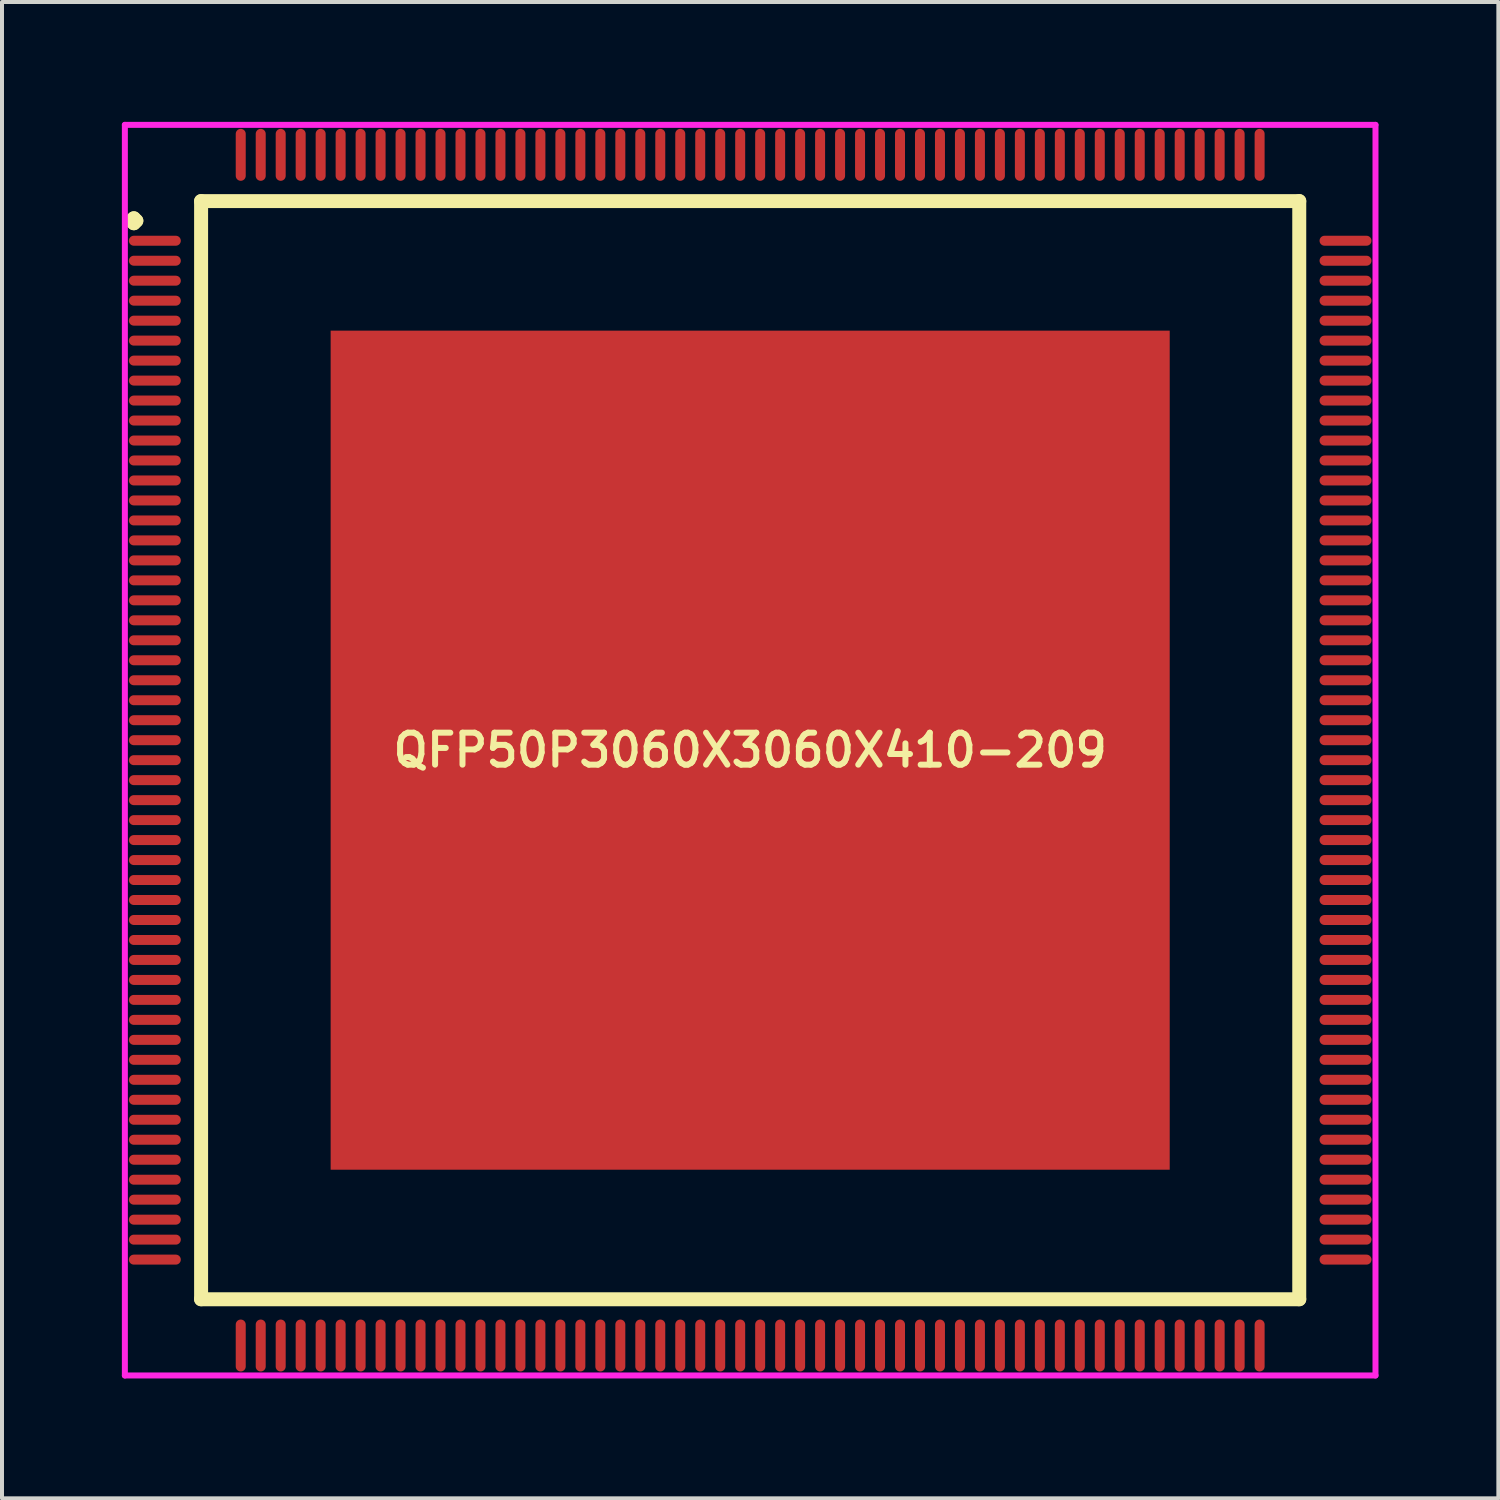
<source format=kicad_pcb>
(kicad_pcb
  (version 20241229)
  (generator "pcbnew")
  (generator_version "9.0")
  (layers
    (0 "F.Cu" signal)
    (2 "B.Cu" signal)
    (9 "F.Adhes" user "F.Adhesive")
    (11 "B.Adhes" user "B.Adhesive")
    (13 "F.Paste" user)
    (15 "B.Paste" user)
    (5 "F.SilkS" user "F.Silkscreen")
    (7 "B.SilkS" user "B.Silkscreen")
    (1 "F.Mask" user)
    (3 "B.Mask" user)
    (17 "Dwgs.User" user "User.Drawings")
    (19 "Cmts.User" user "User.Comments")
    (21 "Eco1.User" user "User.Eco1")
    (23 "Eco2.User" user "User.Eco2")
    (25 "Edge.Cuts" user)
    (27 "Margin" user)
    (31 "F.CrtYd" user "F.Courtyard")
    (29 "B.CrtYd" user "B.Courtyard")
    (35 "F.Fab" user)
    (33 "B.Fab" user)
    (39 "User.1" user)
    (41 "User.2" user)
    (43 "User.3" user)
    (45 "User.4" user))
  (footprint "QFP50P3060X3060X410-209"
    (layer "F.Cu")
    (at 15.725 15.725)
    (property "Reference" "QFP50P3060X3060X410-209" (at 0 0 0) (layer "F.SilkS") (effects (font (size 0.8 0.8) (thickness 0.15))))
    (attr through_hole)
    (fp_line (start -15.488 -13.25) (end -15.425 -13.312) (stroke (width 0.35) (type solid)) (layer "F.SilkS"))
    (fp_line (start -15.425 -13.312) (end -15.363 -13.25) (stroke (width 0.35) (type solid)) (layer "F.SilkS"))
    (fp_line (start -15.425 -13.188) (end -15.488 -13.25) (stroke (width 0.35) (type solid)) (layer "F.SilkS"))
    (fp_line (start -15.363 -13.25) (end -15.425 -13.188) (stroke (width 0.35) (type solid)) (layer "F.SilkS"))
    (fp_line (start -13.742 -13.742) (end -13.742 13.742) (stroke (width 0.35) (type solid)) (layer "F.SilkS"))
    (fp_line (start -13.742 13.742) (end 13.742 13.742) (stroke (width 0.35) (type solid)) (layer "F.SilkS"))
    (fp_line (start 13.742 -13.742) (end -13.742 -13.742) (stroke (width 0.35) (type solid)) (layer "F.SilkS"))
    (fp_line (start 13.742 13.742) (end 13.742 -13.742) (stroke (width 0.35) (type solid)) (layer "F.SilkS"))
    (fp_line (start -15.65 -15.65) (end 15.65 -15.65) (stroke (width 0.15) (type solid)) (layer "F.CrtYd"))
    (fp_line (start -15.65 15.65) (end -15.65 -15.65) (stroke (width 0.15) (type solid)) (layer "F.CrtYd"))
    (fp_line (start 15.65 -15.65) (end 15.65 15.65) (stroke (width 0.15) (type solid)) (layer "F.CrtYd"))
    (fp_line (start 15.65 15.65) (end -15.65 15.65) (stroke (width 0.15) (type solid)) (layer "F.CrtYd"))
    (pad "1" smd oval (at -14.9 -12.75) (size 1.3 0.25) (layers "F.Cu" "F.Mask" "F.Paste"))
    (pad "2" smd oval (at -14.9 -12.25) (size 1.3 0.25) (layers "F.Cu" "F.Mask" "F.Paste"))
    (pad "3" smd oval (at -14.9 -11.75) (size 1.3 0.25) (layers "F.Cu" "F.Mask" "F.Paste"))
    (pad "4" smd oval (at -14.9 -11.25) (size 1.3 0.25) (layers "F.Cu" "F.Mask" "F.Paste"))
    (pad "5" smd oval (at -14.9 -10.75) (size 1.3 0.25) (layers "F.Cu" "F.Mask" "F.Paste"))
    (pad "6" smd oval (at -14.9 -10.25) (size 1.3 0.25) (layers "F.Cu" "F.Mask" "F.Paste"))
    (pad "7" smd oval (at -14.9 -9.75) (size 1.3 0.25) (layers "F.Cu" "F.Mask" "F.Paste"))
    (pad "8" smd oval (at -14.9 -9.25) (size 1.3 0.25) (layers "F.Cu" "F.Mask" "F.Paste"))
    (pad "9" smd oval (at -14.9 -8.75) (size 1.3 0.25) (layers "F.Cu" "F.Mask" "F.Paste"))
    (pad "10" smd oval (at -14.9 -8.25) (size 1.3 0.25) (layers "F.Cu" "F.Mask" "F.Paste"))
    (pad "11" smd oval (at -14.9 -7.75) (size 1.3 0.25) (layers "F.Cu" "F.Mask" "F.Paste"))
    (pad "12" smd oval (at -14.9 -7.25) (size 1.3 0.25) (layers "F.Cu" "F.Mask" "F.Paste"))
    (pad "13" smd oval (at -14.9 -6.75) (size 1.3 0.25) (layers "F.Cu" "F.Mask" "F.Paste"))
    (pad "14" smd oval (at -14.9 -6.25) (size 1.3 0.25) (layers "F.Cu" "F.Mask" "F.Paste"))
    (pad "15" smd oval (at -14.9 -5.75) (size 1.3 0.25) (layers "F.Cu" "F.Mask" "F.Paste"))
    (pad "16" smd oval (at -14.9 -5.25) (size 1.3 0.25) (layers "F.Cu" "F.Mask" "F.Paste"))
    (pad "17" smd oval (at -14.9 -4.75) (size 1.3 0.25) (layers "F.Cu" "F.Mask" "F.Paste"))
    (pad "18" smd oval (at -14.9 -4.25) (size 1.3 0.25) (layers "F.Cu" "F.Mask" "F.Paste"))
    (pad "19" smd oval (at -14.9 -3.75) (size 1.3 0.25) (layers "F.Cu" "F.Mask" "F.Paste"))
    (pad "20" smd oval (at -14.9 -3.25) (size 1.3 0.25) (layers "F.Cu" "F.Mask" "F.Paste"))
    (pad "21" smd oval (at -14.9 -2.75) (size 1.3 0.25) (layers "F.Cu" "F.Mask" "F.Paste"))
    (pad "22" smd oval (at -14.9 -2.25) (size 1.3 0.25) (layers "F.Cu" "F.Mask" "F.Paste"))
    (pad "23" smd oval (at -14.9 -1.75) (size 1.3 0.25) (layers "F.Cu" "F.Mask" "F.Paste"))
    (pad "24" smd oval (at -14.9 -1.25) (size 1.3 0.25) (layers "F.Cu" "F.Mask" "F.Paste"))
    (pad "25" smd oval (at -14.9 -0.75) (size 1.3 0.25) (layers "F.Cu" "F.Mask" "F.Paste"))
    (pad "26" smd oval (at -14.9 -0.25) (size 1.3 0.25) (layers "F.Cu" "F.Mask" "F.Paste"))
    (pad "27" smd oval (at -14.9 0.25) (size 1.3 0.25) (layers "F.Cu" "F.Mask" "F.Paste"))
    (pad "28" smd oval (at -14.9 0.75) (size 1.3 0.25) (layers "F.Cu" "F.Mask" "F.Paste"))
    (pad "29" smd oval (at -14.9 1.25) (size 1.3 0.25) (layers "F.Cu" "F.Mask" "F.Paste"))
    (pad "30" smd oval (at -14.9 1.75) (size 1.3 0.25) (layers "F.Cu" "F.Mask" "F.Paste"))
    (pad "31" smd oval (at -14.9 2.25) (size 1.3 0.25) (layers "F.Cu" "F.Mask" "F.Paste"))
    (pad "32" smd oval (at -14.9 2.75) (size 1.3 0.25) (layers "F.Cu" "F.Mask" "F.Paste"))
    (pad "33" smd oval (at -14.9 3.25) (size 1.3 0.25) (layers "F.Cu" "F.Mask" "F.Paste"))
    (pad "34" smd oval (at -14.9 3.75) (size 1.3 0.25) (layers "F.Cu" "F.Mask" "F.Paste"))
    (pad "35" smd oval (at -14.9 4.25) (size 1.3 0.25) (layers "F.Cu" "F.Mask" "F.Paste"))
    (pad "36" smd oval (at -14.9 4.75) (size 1.3 0.25) (layers "F.Cu" "F.Mask" "F.Paste"))
    (pad "37" smd oval (at -14.9 5.25) (size 1.3 0.25) (layers "F.Cu" "F.Mask" "F.Paste"))
    (pad "38" smd oval (at -14.9 5.75) (size 1.3 0.25) (layers "F.Cu" "F.Mask" "F.Paste"))
    (pad "39" smd oval (at -14.9 6.25) (size 1.3 0.25) (layers "F.Cu" "F.Mask" "F.Paste"))
    (pad "40" smd oval (at -14.9 6.75) (size 1.3 0.25) (layers "F.Cu" "F.Mask" "F.Paste"))
    (pad "41" smd oval (at -14.9 7.25) (size 1.3 0.25) (layers "F.Cu" "F.Mask" "F.Paste"))
    (pad "42" smd oval (at -14.9 7.75) (size 1.3 0.25) (layers "F.Cu" "F.Mask" "F.Paste"))
    (pad "43" smd oval (at -14.9 8.25) (size 1.3 0.25) (layers "F.Cu" "F.Mask" "F.Paste"))
    (pad "44" smd oval (at -14.9 8.75) (size 1.3 0.25) (layers "F.Cu" "F.Mask" "F.Paste"))
    (pad "45" smd oval (at -14.9 9.25) (size 1.3 0.25) (layers "F.Cu" "F.Mask" "F.Paste"))
    (pad "46" smd oval (at -14.9 9.75) (size 1.3 0.25) (layers "F.Cu" "F.Mask" "F.Paste"))
    (pad "47" smd oval (at -14.9 10.25) (size 1.3 0.25) (layers "F.Cu" "F.Mask" "F.Paste"))
    (pad "48" smd oval (at -14.9 10.75) (size 1.3 0.25) (layers "F.Cu" "F.Mask" "F.Paste"))
    (pad "49" smd oval (at -14.9 11.25) (size 1.3 0.25) (layers "F.Cu" "F.Mask" "F.Paste"))
    (pad "50" smd oval (at -14.9 11.75) (size 1.3 0.25) (layers "F.Cu" "F.Mask" "F.Paste"))
    (pad "51" smd oval (at -14.9 12.25) (size 1.3 0.25) (layers "F.Cu" "F.Mask" "F.Paste"))
    (pad "52" smd oval (at -14.9 12.75) (size 1.3 0.25) (layers "F.Cu" "F.Mask" "F.Paste"))
    (pad "53" smd oval (at -12.75 14.9) (size 0.25 1.3) (layers "F.Cu" "F.Mask" "F.Paste"))
    (pad "54" smd oval (at -12.25 14.9) (size 0.25 1.3) (layers "F.Cu" "F.Mask" "F.Paste"))
    (pad "55" smd oval (at -11.75 14.9) (size 0.25 1.3) (layers "F.Cu" "F.Mask" "F.Paste"))
    (pad "56" smd oval (at -11.25 14.9) (size 0.25 1.3) (layers "F.Cu" "F.Mask" "F.Paste"))
    (pad "57" smd oval (at -10.75 14.9) (size 0.25 1.3) (layers "F.Cu" "F.Mask" "F.Paste"))
    (pad "58" smd oval (at -10.25 14.9) (size 0.25 1.3) (layers "F.Cu" "F.Mask" "F.Paste"))
    (pad "59" smd oval (at -9.75 14.9) (size 0.25 1.3) (layers "F.Cu" "F.Mask" "F.Paste"))
    (pad "60" smd oval (at -9.25 14.9) (size 0.25 1.3) (layers "F.Cu" "F.Mask" "F.Paste"))
    (pad "61" smd oval (at -8.75 14.9) (size 0.25 1.3) (layers "F.Cu" "F.Mask" "F.Paste"))
    (pad "62" smd oval (at -8.25 14.9) (size 0.25 1.3) (layers "F.Cu" "F.Mask" "F.Paste"))
    (pad "63" smd oval (at -7.75 14.9) (size 0.25 1.3) (layers "F.Cu" "F.Mask" "F.Paste"))
    (pad "64" smd oval (at -7.25 14.9) (size 0.25 1.3) (layers "F.Cu" "F.Mask" "F.Paste"))
    (pad "65" smd oval (at -6.75 14.9) (size 0.25 1.3) (layers "F.Cu" "F.Mask" "F.Paste"))
    (pad "66" smd oval (at -6.25 14.9) (size 0.25 1.3) (layers "F.Cu" "F.Mask" "F.Paste"))
    (pad "67" smd oval (at -5.75 14.9) (size 0.25 1.3) (layers "F.Cu" "F.Mask" "F.Paste"))
    (pad "68" smd oval (at -5.25 14.9) (size 0.25 1.3) (layers "F.Cu" "F.Mask" "F.Paste"))
    (pad "69" smd oval (at -4.75 14.9) (size 0.25 1.3) (layers "F.Cu" "F.Mask" "F.Paste"))
    (pad "70" smd oval (at -4.25 14.9) (size 0.25 1.3) (layers "F.Cu" "F.Mask" "F.Paste"))
    (pad "71" smd oval (at -3.75 14.9) (size 0.25 1.3) (layers "F.Cu" "F.Mask" "F.Paste"))
    (pad "72" smd oval (at -3.25 14.9) (size 0.25 1.3) (layers "F.Cu" "F.Mask" "F.Paste"))
    (pad "73" smd oval (at -2.75 14.9) (size 0.25 1.3) (layers "F.Cu" "F.Mask" "F.Paste"))
    (pad "74" smd oval (at -2.25 14.9) (size 0.25 1.3) (layers "F.Cu" "F.Mask" "F.Paste"))
    (pad "75" smd oval (at -1.75 14.9) (size 0.25 1.3) (layers "F.Cu" "F.Mask" "F.Paste"))
    (pad "76" smd oval (at -1.25 14.9) (size 0.25 1.3) (layers "F.Cu" "F.Mask" "F.Paste"))
    (pad "77" smd oval (at -0.75 14.9) (size 0.25 1.3) (layers "F.Cu" "F.Mask" "F.Paste"))
    (pad "78" smd oval (at -0.25 14.9) (size 0.25 1.3) (layers "F.Cu" "F.Mask" "F.Paste"))
    (pad "79" smd oval (at 0.25 14.9) (size 0.25 1.3) (layers "F.Cu" "F.Mask" "F.Paste"))
    (pad "80" smd oval (at 0.75 14.9) (size 0.25 1.3) (layers "F.Cu" "F.Mask" "F.Paste"))
    (pad "81" smd oval (at 1.25 14.9) (size 0.25 1.3) (layers "F.Cu" "F.Mask" "F.Paste"))
    (pad "82" smd oval (at 1.75 14.9) (size 0.25 1.3) (layers "F.Cu" "F.Mask" "F.Paste"))
    (pad "83" smd oval (at 2.25 14.9) (size 0.25 1.3) (layers "F.Cu" "F.Mask" "F.Paste"))
    (pad "84" smd oval (at 2.75 14.9) (size 0.25 1.3) (layers "F.Cu" "F.Mask" "F.Paste"))
    (pad "85" smd oval (at 3.25 14.9) (size 0.25 1.3) (layers "F.Cu" "F.Mask" "F.Paste"))
    (pad "86" smd oval (at 3.75 14.9) (size 0.25 1.3) (layers "F.Cu" "F.Mask" "F.Paste"))
    (pad "87" smd oval (at 4.25 14.9) (size 0.25 1.3) (layers "F.Cu" "F.Mask" "F.Paste"))
    (pad "88" smd oval (at 4.75 14.9) (size 0.25 1.3) (layers "F.Cu" "F.Mask" "F.Paste"))
    (pad "89" smd oval (at 5.25 14.9) (size 0.25 1.3) (layers "F.Cu" "F.Mask" "F.Paste"))
    (pad "90" smd oval (at 5.75 14.9) (size 0.25 1.3) (layers "F.Cu" "F.Mask" "F.Paste"))
    (pad "91" smd oval (at 6.25 14.9) (size 0.25 1.3) (layers "F.Cu" "F.Mask" "F.Paste"))
    (pad "92" smd oval (at 6.75 14.9) (size 0.25 1.3) (layers "F.Cu" "F.Mask" "F.Paste"))
    (pad "93" smd oval (at 7.25 14.9) (size 0.25 1.3) (layers "F.Cu" "F.Mask" "F.Paste"))
    (pad "94" smd oval (at 7.75 14.9) (size 0.25 1.3) (layers "F.Cu" "F.Mask" "F.Paste"))
    (pad "95" smd oval (at 8.25 14.9) (size 0.25 1.3) (layers "F.Cu" "F.Mask" "F.Paste"))
    (pad "96" smd oval (at 8.75 14.9) (size 0.25 1.3) (layers "F.Cu" "F.Mask" "F.Paste"))
    (pad "97" smd oval (at 9.25 14.9) (size 0.25 1.3) (layers "F.Cu" "F.Mask" "F.Paste"))
    (pad "98" smd oval (at 9.75 14.9) (size 0.25 1.3) (layers "F.Cu" "F.Mask" "F.Paste"))
    (pad "99" smd oval (at 10.25 14.9) (size 0.25 1.3) (layers "F.Cu" "F.Mask" "F.Paste"))
    (pad "100" smd oval (at 10.75 14.9) (size 0.25 1.3) (layers "F.Cu" "F.Mask" "F.Paste"))
    (pad "101" smd oval (at 11.25 14.9) (size 0.25 1.3) (layers "F.Cu" "F.Mask" "F.Paste"))
    (pad "102" smd oval (at 11.75 14.9) (size 0.25 1.3) (layers "F.Cu" "F.Mask" "F.Paste"))
    (pad "103" smd oval (at 12.25 14.9) (size 0.25 1.3) (layers "F.Cu" "F.Mask" "F.Paste"))
    (pad "104" smd oval (at 12.75 14.9) (size 0.25 1.3) (layers "F.Cu" "F.Mask" "F.Paste"))
    (pad "105" smd oval (at 14.9 12.75) (size 1.3 0.25) (layers "F.Cu" "F.Mask" "F.Paste"))
    (pad "106" smd oval (at 14.9 12.25) (size 1.3 0.25) (layers "F.Cu" "F.Mask" "F.Paste"))
    (pad "107" smd oval (at 14.9 11.75) (size 1.3 0.25) (layers "F.Cu" "F.Mask" "F.Paste"))
    (pad "108" smd oval (at 14.9 11.25) (size 1.3 0.25) (layers "F.Cu" "F.Mask" "F.Paste"))
    (pad "109" smd oval (at 14.9 10.75) (size 1.3 0.25) (layers "F.Cu" "F.Mask" "F.Paste"))
    (pad "110" smd oval (at 14.9 10.25) (size 1.3 0.25) (layers "F.Cu" "F.Mask" "F.Paste"))
    (pad "111" smd oval (at 14.9 9.75) (size 1.3 0.25) (layers "F.Cu" "F.Mask" "F.Paste"))
    (pad "112" smd oval (at 14.9 9.25) (size 1.3 0.25) (layers "F.Cu" "F.Mask" "F.Paste"))
    (pad "113" smd oval (at 14.9 8.75) (size 1.3 0.25) (layers "F.Cu" "F.Mask" "F.Paste"))
    (pad "114" smd oval (at 14.9 8.25) (size 1.3 0.25) (layers "F.Cu" "F.Mask" "F.Paste"))
    (pad "115" smd oval (at 14.9 7.75) (size 1.3 0.25) (layers "F.Cu" "F.Mask" "F.Paste"))
    (pad "116" smd oval (at 14.9 7.25) (size 1.3 0.25) (layers "F.Cu" "F.Mask" "F.Paste"))
    (pad "117" smd oval (at 14.9 6.75) (size 1.3 0.25) (layers "F.Cu" "F.Mask" "F.Paste"))
    (pad "118" smd oval (at 14.9 6.25) (size 1.3 0.25) (layers "F.Cu" "F.Mask" "F.Paste"))
    (pad "119" smd oval (at 14.9 5.75) (size 1.3 0.25) (layers "F.Cu" "F.Mask" "F.Paste"))
    (pad "120" smd oval (at 14.9 5.25) (size 1.3 0.25) (layers "F.Cu" "F.Mask" "F.Paste"))
    (pad "121" smd oval (at 14.9 4.75) (size 1.3 0.25) (layers "F.Cu" "F.Mask" "F.Paste"))
    (pad "122" smd oval (at 14.9 4.25) (size 1.3 0.25) (layers "F.Cu" "F.Mask" "F.Paste"))
    (pad "123" smd oval (at 14.9 3.75) (size 1.3 0.25) (layers "F.Cu" "F.Mask" "F.Paste"))
    (pad "124" smd oval (at 14.9 3.25) (size 1.3 0.25) (layers "F.Cu" "F.Mask" "F.Paste"))
    (pad "125" smd oval (at 14.9 2.75) (size 1.3 0.25) (layers "F.Cu" "F.Mask" "F.Paste"))
    (pad "126" smd oval (at 14.9 2.25) (size 1.3 0.25) (layers "F.Cu" "F.Mask" "F.Paste"))
    (pad "127" smd oval (at 14.9 1.75) (size 1.3 0.25) (layers "F.Cu" "F.Mask" "F.Paste"))
    (pad "128" smd oval (at 14.9 1.25) (size 1.3 0.25) (layers "F.Cu" "F.Mask" "F.Paste"))
    (pad "129" smd oval (at 14.9 0.75) (size 1.3 0.25) (layers "F.Cu" "F.Mask" "F.Paste"))
    (pad "130" smd oval (at 14.9 0.25) (size 1.3 0.25) (layers "F.Cu" "F.Mask" "F.Paste"))
    (pad "131" smd oval (at 14.9 -0.25) (size 1.3 0.25) (layers "F.Cu" "F.Mask" "F.Paste"))
    (pad "132" smd oval (at 14.9 -0.75) (size 1.3 0.25) (layers "F.Cu" "F.Mask" "F.Paste"))
    (pad "133" smd oval (at 14.9 -1.25) (size 1.3 0.25) (layers "F.Cu" "F.Mask" "F.Paste"))
    (pad "134" smd oval (at 14.9 -1.75) (size 1.3 0.25) (layers "F.Cu" "F.Mask" "F.Paste"))
    (pad "135" smd oval (at 14.9 -2.25) (size 1.3 0.25) (layers "F.Cu" "F.Mask" "F.Paste"))
    (pad "136" smd oval (at 14.9 -2.75) (size 1.3 0.25) (layers "F.Cu" "F.Mask" "F.Paste"))
    (pad "137" smd oval (at 14.9 -3.25) (size 1.3 0.25) (layers "F.Cu" "F.Mask" "F.Paste"))
    (pad "138" smd oval (at 14.9 -3.75) (size 1.3 0.25) (layers "F.Cu" "F.Mask" "F.Paste"))
    (pad "139" smd oval (at 14.9 -4.25) (size 1.3 0.25) (layers "F.Cu" "F.Mask" "F.Paste"))
    (pad "140" smd oval (at 14.9 -4.75) (size 1.3 0.25) (layers "F.Cu" "F.Mask" "F.Paste"))
    (pad "141" smd oval (at 14.9 -5.25) (size 1.3 0.25) (layers "F.Cu" "F.Mask" "F.Paste"))
    (pad "142" smd oval (at 14.9 -5.75) (size 1.3 0.25) (layers "F.Cu" "F.Mask" "F.Paste"))
    (pad "143" smd oval (at 14.9 -6.25) (size 1.3 0.25) (layers "F.Cu" "F.Mask" "F.Paste"))
    (pad "144" smd oval (at 14.9 -6.75) (size 1.3 0.25) (layers "F.Cu" "F.Mask" "F.Paste"))
    (pad "145" smd oval (at 14.9 -7.25) (size 1.3 0.25) (layers "F.Cu" "F.Mask" "F.Paste"))
    (pad "146" smd oval (at 14.9 -7.75) (size 1.3 0.25) (layers "F.Cu" "F.Mask" "F.Paste"))
    (pad "147" smd oval (at 14.9 -8.25) (size 1.3 0.25) (layers "F.Cu" "F.Mask" "F.Paste"))
    (pad "148" smd oval (at 14.9 -8.75) (size 1.3 0.25) (layers "F.Cu" "F.Mask" "F.Paste"))
    (pad "149" smd oval (at 14.9 -9.25) (size 1.3 0.25) (layers "F.Cu" "F.Mask" "F.Paste"))
    (pad "150" smd oval (at 14.9 -9.75) (size 1.3 0.25) (layers "F.Cu" "F.Mask" "F.Paste"))
    (pad "151" smd oval (at 14.9 -10.25) (size 1.3 0.25) (layers "F.Cu" "F.Mask" "F.Paste"))
    (pad "152" smd oval (at 14.9 -10.75) (size 1.3 0.25) (layers "F.Cu" "F.Mask" "F.Paste"))
    (pad "153" smd oval (at 14.9 -11.25) (size 1.3 0.25) (layers "F.Cu" "F.Mask" "F.Paste"))
    (pad "154" smd oval (at 14.9 -11.75) (size 1.3 0.25) (layers "F.Cu" "F.Mask" "F.Paste"))
    (pad "155" smd oval (at 14.9 -12.25) (size 1.3 0.25) (layers "F.Cu" "F.Mask" "F.Paste"))
    (pad "156" smd oval (at 14.9 -12.75) (size 1.3 0.25) (layers "F.Cu" "F.Mask" "F.Paste"))
    (pad "157" smd oval (at 12.75 -14.9) (size 0.25 1.3) (layers "F.Cu" "F.Mask" "F.Paste"))
    (pad "158" smd oval (at 12.25 -14.9) (size 0.25 1.3) (layers "F.Cu" "F.Mask" "F.Paste"))
    (pad "159" smd oval (at 11.75 -14.9) (size 0.25 1.3) (layers "F.Cu" "F.Mask" "F.Paste"))
    (pad "160" smd oval (at 11.25 -14.9) (size 0.25 1.3) (layers "F.Cu" "F.Mask" "F.Paste"))
    (pad "161" smd oval (at 10.75 -14.9) (size 0.25 1.3) (layers "F.Cu" "F.Mask" "F.Paste"))
    (pad "162" smd oval (at 10.25 -14.9) (size 0.25 1.3) (layers "F.Cu" "F.Mask" "F.Paste"))
    (pad "163" smd oval (at 9.75 -14.9) (size 0.25 1.3) (layers "F.Cu" "F.Mask" "F.Paste"))
    (pad "164" smd oval (at 9.25 -14.9) (size 0.25 1.3) (layers "F.Cu" "F.Mask" "F.Paste"))
    (pad "165" smd oval (at 8.75 -14.9) (size 0.25 1.3) (layers "F.Cu" "F.Mask" "F.Paste"))
    (pad "166" smd oval (at 8.25 -14.9) (size 0.25 1.3) (layers "F.Cu" "F.Mask" "F.Paste"))
    (pad "167" smd oval (at 7.75 -14.9) (size 0.25 1.3) (layers "F.Cu" "F.Mask" "F.Paste"))
    (pad "168" smd oval (at 7.25 -14.9) (size 0.25 1.3) (layers "F.Cu" "F.Mask" "F.Paste"))
    (pad "169" smd oval (at 6.75 -14.9) (size 0.25 1.3) (layers "F.Cu" "F.Mask" "F.Paste"))
    (pad "170" smd oval (at 6.25 -14.9) (size 0.25 1.3) (layers "F.Cu" "F.Mask" "F.Paste"))
    (pad "171" smd oval (at 5.75 -14.9) (size 0.25 1.3) (layers "F.Cu" "F.Mask" "F.Paste"))
    (pad "172" smd oval (at 5.25 -14.9) (size 0.25 1.3) (layers "F.Cu" "F.Mask" "F.Paste"))
    (pad "173" smd oval (at 4.75 -14.9) (size 0.25 1.3) (layers "F.Cu" "F.Mask" "F.Paste"))
    (pad "174" smd oval (at 4.25 -14.9) (size 0.25 1.3) (layers "F.Cu" "F.Mask" "F.Paste"))
    (pad "175" smd oval (at 3.75 -14.9) (size 0.25 1.3) (layers "F.Cu" "F.Mask" "F.Paste"))
    (pad "176" smd oval (at 3.25 -14.9) (size 0.25 1.3) (layers "F.Cu" "F.Mask" "F.Paste"))
    (pad "177" smd oval (at 2.75 -14.9) (size 0.25 1.3) (layers "F.Cu" "F.Mask" "F.Paste"))
    (pad "178" smd oval (at 2.25 -14.9) (size 0.25 1.3) (layers "F.Cu" "F.Mask" "F.Paste"))
    (pad "179" smd oval (at 1.75 -14.9) (size 0.25 1.3) (layers "F.Cu" "F.Mask" "F.Paste"))
    (pad "180" smd oval (at 1.25 -14.9) (size 0.25 1.3) (layers "F.Cu" "F.Mask" "F.Paste"))
    (pad "181" smd oval (at 0.75 -14.9) (size 0.25 1.3) (layers "F.Cu" "F.Mask" "F.Paste"))
    (pad "182" smd oval (at 0.25 -14.9) (size 0.25 1.3) (layers "F.Cu" "F.Mask" "F.Paste"))
    (pad "183" smd oval (at -0.25 -14.9) (size 0.25 1.3) (layers "F.Cu" "F.Mask" "F.Paste"))
    (pad "184" smd oval (at -0.75 -14.9) (size 0.25 1.3) (layers "F.Cu" "F.Mask" "F.Paste"))
    (pad "185" smd oval (at -1.25 -14.9) (size 0.25 1.3) (layers "F.Cu" "F.Mask" "F.Paste"))
    (pad "186" smd oval (at -1.75 -14.9) (size 0.25 1.3) (layers "F.Cu" "F.Mask" "F.Paste"))
    (pad "187" smd oval (at -2.25 -14.9) (size 0.25 1.3) (layers "F.Cu" "F.Mask" "F.Paste"))
    (pad "188" smd oval (at -2.75 -14.9) (size 0.25 1.3) (layers "F.Cu" "F.Mask" "F.Paste"))
    (pad "189" smd oval (at -3.25 -14.9) (size 0.25 1.3) (layers "F.Cu" "F.Mask" "F.Paste"))
    (pad "190" smd oval (at -3.75 -14.9) (size 0.25 1.3) (layers "F.Cu" "F.Mask" "F.Paste"))
    (pad "191" smd oval (at -4.25 -14.9) (size 0.25 1.3) (layers "F.Cu" "F.Mask" "F.Paste"))
    (pad "192" smd oval (at -4.75 -14.9) (size 0.25 1.3) (layers "F.Cu" "F.Mask" "F.Paste"))
    (pad "193" smd oval (at -5.25 -14.9) (size 0.25 1.3) (layers "F.Cu" "F.Mask" "F.Paste"))
    (pad "194" smd oval (at -5.75 -14.9) (size 0.25 1.3) (layers "F.Cu" "F.Mask" "F.Paste"))
    (pad "195" smd oval (at -6.25 -14.9) (size 0.25 1.3) (layers "F.Cu" "F.Mask" "F.Paste"))
    (pad "196" smd oval (at -6.75 -14.9) (size 0.25 1.3) (layers "F.Cu" "F.Mask" "F.Paste"))
    (pad "197" smd oval (at -7.25 -14.9) (size 0.25 1.3) (layers "F.Cu" "F.Mask" "F.Paste"))
    (pad "198" smd oval (at -7.75 -14.9) (size 0.25 1.3) (layers "F.Cu" "F.Mask" "F.Paste"))
    (pad "199" smd oval (at -8.25 -14.9) (size 0.25 1.3) (layers "F.Cu" "F.Mask" "F.Paste"))
    (pad "200" smd oval (at -8.75 -14.9) (size 0.25 1.3) (layers "F.Cu" "F.Mask" "F.Paste"))
    (pad "201" smd oval (at -9.25 -14.9) (size 0.25 1.3) (layers "F.Cu" "F.Mask" "F.Paste"))
    (pad "202" smd oval (at -9.75 -14.9) (size 0.25 1.3) (layers "F.Cu" "F.Mask" "F.Paste"))
    (pad "203" smd oval (at -10.25 -14.9) (size 0.25 1.3) (layers "F.Cu" "F.Mask" "F.Paste"))
    (pad "204" smd oval (at -10.75 -14.9) (size 0.25 1.3) (layers "F.Cu" "F.Mask" "F.Paste"))
    (pad "205" smd oval (at -11.25 -14.9) (size 0.25 1.3) (layers "F.Cu" "F.Mask" "F.Paste"))
    (pad "206" smd oval (at -11.75 -14.9) (size 0.25 1.3) (layers "F.Cu" "F.Mask" "F.Paste"))
    (pad "207" smd oval (at -12.25 -14.9) (size 0.25 1.3) (layers "F.Cu" "F.Mask" "F.Paste"))
    (pad "208" smd oval (at -12.75 -14.9) (size 0.25 1.3) (layers "F.Cu" "F.Mask" "F.Paste"))
    (pad "209" smd rect (at 0 0) (size 21 21) (layers "F.Cu" "F.Mask" "F.Paste")))
  (gr_rect
    (start -3 -3)
    (end 34.45 34.45)
    (stroke (width 0.1) (type default))
    (fill no)
    (layer "Edge.Cuts")))
</source>
